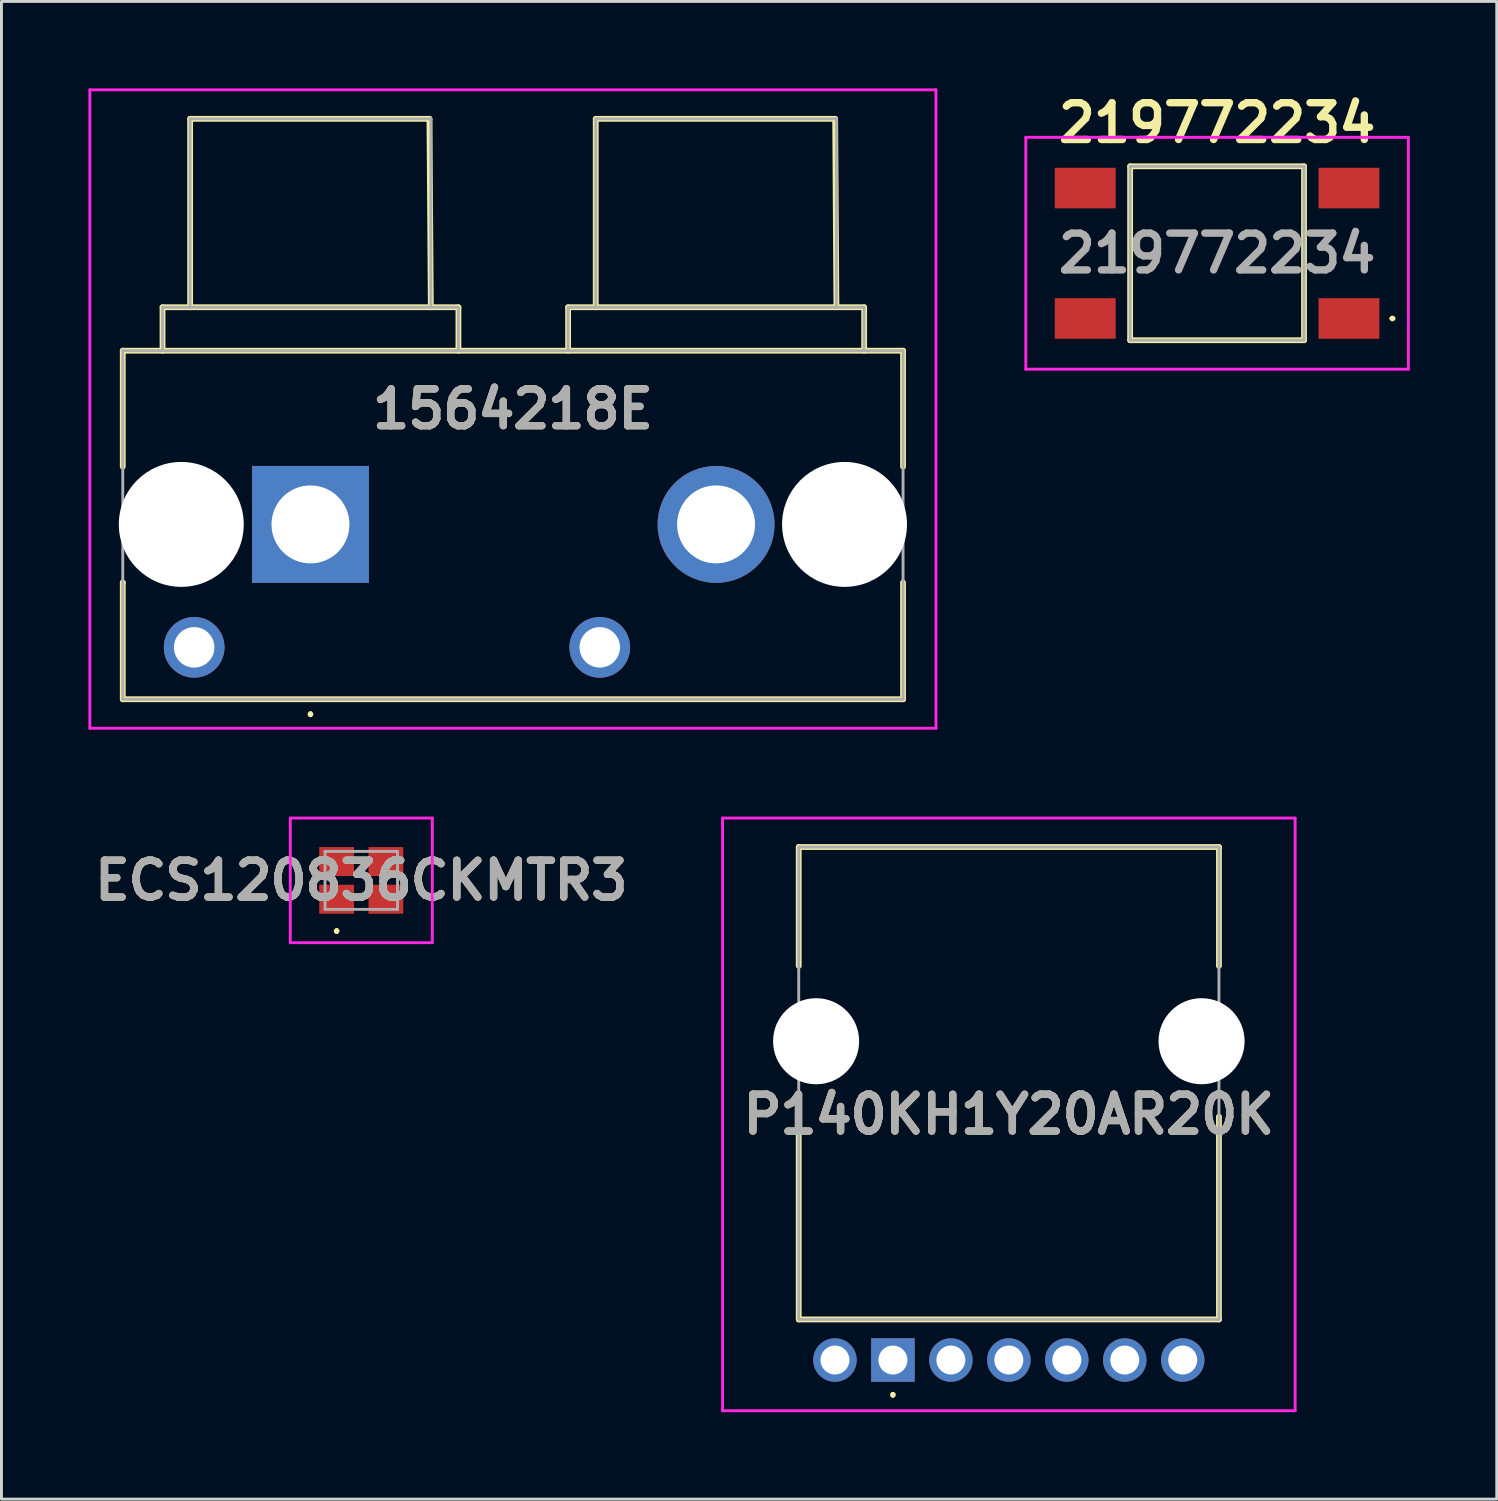
<source format=kicad_pcb>
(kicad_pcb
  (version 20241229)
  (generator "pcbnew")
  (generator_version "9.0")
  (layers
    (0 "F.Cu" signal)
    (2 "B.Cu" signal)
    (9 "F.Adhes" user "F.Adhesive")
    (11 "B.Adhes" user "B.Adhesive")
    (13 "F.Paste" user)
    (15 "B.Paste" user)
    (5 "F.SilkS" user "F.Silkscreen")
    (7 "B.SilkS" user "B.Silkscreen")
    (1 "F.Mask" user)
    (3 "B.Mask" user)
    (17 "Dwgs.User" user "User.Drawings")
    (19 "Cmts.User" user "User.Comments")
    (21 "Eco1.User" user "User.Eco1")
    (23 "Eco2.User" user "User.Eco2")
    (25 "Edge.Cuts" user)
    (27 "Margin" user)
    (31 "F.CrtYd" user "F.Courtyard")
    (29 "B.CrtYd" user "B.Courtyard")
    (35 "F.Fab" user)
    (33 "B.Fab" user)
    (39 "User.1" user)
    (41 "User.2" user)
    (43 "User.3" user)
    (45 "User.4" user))
  (footprint "219772234"
    (layer "F.Cu")
    (at 38.946 5.689)
    (property "Reference" "219772234" (at 0 -4.5 0) (layer "F.SilkS") (effects (font (size 1.27 1.27) (thickness 0.254))))
    (attr smd)
    (fp_line (start -3 -3) (end 3 -3) (stroke (width 0.2) (type solid)) (layer "F.SilkS"))
    (fp_line (start -3 3) (end -3 -3) (stroke (width 0.2) (type solid)) (layer "F.SilkS"))
    (fp_line (start 3 -3) (end 3 3) (stroke (width 0.2) (type solid)) (layer "F.SilkS"))
    (fp_line (start 3 3) (end -3 3) (stroke (width 0.2) (type solid)) (layer "F.SilkS"))
    (fp_line (start 6 2.25) (end 6 2.25) (stroke (width 0.1) (type solid)) (layer "F.SilkS"))
    (fp_line (start 6.1 2.25) (end 6.1 2.25) (stroke (width 0.1) (type solid)) (layer "F.SilkS"))
    (fp_arc (start 6 2.25) (mid 6.05 2.2) (end 6.1 2.25) (stroke (width 0.1) (type solid)) (layer "F.SilkS"))
    (fp_arc (start 6.1 2.25) (mid 6.05 2.3) (end 6 2.25) (stroke (width 0.1) (type solid)) (layer "F.SilkS"))
    (fp_line (start -6.6 -4) (end -6.6 4) (stroke (width 0.1) (type solid)) (layer "F.CrtYd"))
    (fp_line (start -6.6 4) (end 6.6 4) (stroke (width 0.1) (type solid)) (layer "F.CrtYd"))
    (fp_line (start 6.6 -4) (end -6.6 -4) (stroke (width 0.1) (type solid)) (layer "F.CrtYd"))
    (fp_line (start 6.6 4) (end 6.6 -4) (stroke (width 0.1) (type solid)) (layer "F.CrtYd"))
    (fp_line (start -3 -3) (end -3 3) (stroke (width 0.1) (type solid)) (layer "F.Fab"))
    (fp_line (start -3 3) (end 3 3) (stroke (width 0.1) (type solid)) (layer "F.Fab"))
    (fp_line (start 3 -3) (end -3 -3) (stroke (width 0.1) (type solid)) (layer "F.Fab"))
    (fp_line (start 3 3) (end 3 -3) (stroke (width 0.1) (type solid)) (layer "F.Fab"))
    (fp_text user "${REFERENCE}" (at 0 0 0) (layer "F.Fab") (effects (font (size 1.27 1.27) (thickness 0.254))))
    (pad "1" smd rect (at 4.55 2.25 90) (size 1.4 2.1) (layers "F.Cu" "F.Mask" "F.Paste"))
    (pad "2" smd rect (at -4.55 2.25 90) (size 1.4 2.1) (layers "F.Cu" "F.Mask" "F.Paste"))
    (pad "3" smd rect (at 4.55 -2.25 90) (size 1.4 2.1) (layers "F.Cu" "F.Mask" "F.Paste"))
    (pad "4" smd rect (at -4.55 -2.25 90) (size 1.4 2.1) (layers "F.Cu" "F.Mask" "F.Paste")))
  (footprint "P140KH1Y20AR20K"
    (layer "F.Cu")
    (at 27.76 43.878)
    (property "Reference" "P140KH1Y20AR20K" (at 4 -8.475 0) (layer "F.SilkS") (effects (font (size 1.27 1.27) (thickness 0.254))))
    (attr through_hole)
    (fp_line (start -3.25 -17.7) (end 11.25 -17.7) (stroke (width 0.2) (type solid)) (layer "F.SilkS"))
    (fp_line (start -3.25 -13.6) (end -3.25 -17.7) (stroke (width 0.2) (type solid)) (layer "F.SilkS"))
    (fp_line (start -3.25 -1.4) (end -3.25 -8.4) (stroke (width 0.2) (type solid)) (layer "F.SilkS"))
    (fp_line (start 0 1.15) (end 0 1.15) (stroke (width 0.1) (type solid)) (layer "F.SilkS"))
    (fp_line (start 0 1.25) (end 0 1.25) (stroke (width 0.1) (type solid)) (layer "F.SilkS"))
    (fp_line (start 11.25 -17.7) (end 11.25 -13.6) (stroke (width 0.2) (type solid)) (layer "F.SilkS"))
    (fp_line (start 11.25 -8.4) (end 11.25 -1.4) (stroke (width 0.2) (type solid)) (layer "F.SilkS"))
    (fp_line (start 11.25 -1.4) (end -3.25 -1.4) (stroke (width 0.2) (type solid)) (layer "F.SilkS"))
    (fp_arc (start 0 1.15) (mid 0.05 1.2) (end 0 1.25) (stroke (width 0.1) (type solid)) (layer "F.SilkS"))
    (fp_arc (start 0 1.25) (mid -0.05 1.2) (end 0 1.15) (stroke (width 0.1) (type solid)) (layer "F.SilkS"))
    (fp_line (start -5.878 -18.7) (end 13.878 -18.7) (stroke (width 0.1) (type solid)) (layer "F.CrtYd"))
    (fp_line (start -5.878 1.75) (end -5.878 -18.7) (stroke (width 0.1) (type solid)) (layer "F.CrtYd"))
    (fp_line (start 13.878 -18.7) (end 13.878 1.75) (stroke (width 0.1) (type solid)) (layer "F.CrtYd"))
    (fp_line (start 13.878 1.75) (end -5.878 1.75) (stroke (width 0.1) (type solid)) (layer "F.CrtYd"))
    (fp_line (start -3.25 -17.7) (end 11.25 -17.7) (stroke (width 0.1) (type solid)) (layer "F.Fab"))
    (fp_line (start -3.25 -1.4) (end -3.25 -17.7) (stroke (width 0.1) (type solid)) (layer "F.Fab"))
    (fp_line (start 11.25 -17.7) (end 11.25 -1.4) (stroke (width 0.1) (type solid)) (layer "F.Fab"))
    (fp_line (start 11.25 -1.4) (end -3.25 -1.4) (stroke (width 0.1) (type solid)) (layer "F.Fab"))
    (fp_text user "${REFERENCE}" (at 4 -8.475 0) (layer "F.Fab") (effects (font (size 1.27 1.27) (thickness 0.254))))
    (pad "" np_thru_hole circle (at -2.65 -11) (size 2.97 2.97) (drill 2.97) (layers "*.Cu" "*.Mask"))
    (pad "" np_thru_hole circle (at 10.65 -11) (size 2.97 2.97) (drill 2.97) (layers "*.Cu" "*.Mask"))
    (pad "D1" thru_hole circle (at 10 0) (size 1.5 1.5) (drill 1) (layers "*.Cu" "*.Mask"))
    (pad "R11" thru_hole rect (at 0 0) (size 1.5 1.5) (drill 1) (layers "*.Cu" "*.Mask"))
    (pad "R12" thru_hole circle (at 2 0) (size 1.5 1.5) (drill 1) (layers "*.Cu" "*.Mask"))
    (pad "R13" thru_hole circle (at 6 0) (size 1.5 1.5) (drill 1) (layers "*.Cu" "*.Mask"))
    (pad "R21" thru_hole circle (at -2 0) (size 1.5 1.5) (drill 1) (layers "*.Cu" "*.Mask"))
    (pad "R22" thru_hole circle (at 4 0) (size 1.5 1.5) (drill 1) (layers "*.Cu" "*.Mask"))
    (pad "R23" thru_hole circle (at 8 0) (size 1.5 1.5) (drill 1) (layers "*.Cu" "*.Mask")))
  (footprint "1564218E"
    (layer "F.Cu")
    (at 7.663 15.045)
    (property "Reference" "1564218E" (at 6.985 -3.981 0) (layer "F.SilkS") (effects (font (size 1.27 1.27) (thickness 0.254))))
    (attr through_hole)
    (fp_line (start -6.477 -5.994) (end 20.447 -5.994) (stroke (width 0.2) (type solid)) (layer "F.SilkS"))
    (fp_line (start -6.477 -1.994) (end -6.477 -5.994) (stroke (width 0.2) (type solid)) (layer "F.SilkS"))
    (fp_line (start -6.477 2.006) (end -6.477 2.006) (stroke (width 0.2) (type solid)) (layer "F.SilkS"))
    (fp_line (start -6.477 2.006) (end -6.477 6.033) (stroke (width 0.2) (type solid)) (layer "F.SilkS"))
    (fp_line (start -6.477 6.033) (end 20.447 6.033) (stroke (width 0.2) (type solid)) (layer "F.SilkS"))
    (fp_line (start -5.105 -7.493) (end 5.105 -7.493) (stroke (width 0.2) (type solid)) (layer "F.SilkS"))
    (fp_line (start -5.105 -5.994) (end -5.105 -7.493) (stroke (width 0.2) (type solid)) (layer "F.SilkS"))
    (fp_line (start -4.153 -13.995) (end 4.105 -13.994) (stroke (width 0.2) (type solid)) (layer "F.SilkS"))
    (fp_line (start -4.153 -7.493) (end -4.153 -13.995) (stroke (width 0.2) (type solid)) (layer "F.SilkS"))
    (fp_line (start 0 6.5) (end 0 6.5) (stroke (width 0.1) (type solid)) (layer "F.SilkS"))
    (fp_line (start 0 6.6) (end 0 6.6) (stroke (width 0.1) (type solid)) (layer "F.SilkS"))
    (fp_line (start 4.105 -13.994) (end 4.153 -7.493) (stroke (width 0.2) (type solid)) (layer "F.SilkS"))
    (fp_line (start 5.105 -7.493) (end 5.105 -5.994) (stroke (width 0.2) (type solid)) (layer "F.SilkS"))
    (fp_line (start 8.89 -7.493) (end 19.105 -7.493) (stroke (width 0.2) (type solid)) (layer "F.SilkS"))
    (fp_line (start 8.89 -5.994) (end 8.89 -7.493) (stroke (width 0.2) (type solid)) (layer "F.SilkS"))
    (fp_line (start 9.843 -13.994) (end 18.105 -13.994) (stroke (width 0.2) (type solid)) (layer "F.SilkS"))
    (fp_line (start 9.843 -7.493) (end 9.843 -13.994) (stroke (width 0.2) (type solid)) (layer "F.SilkS"))
    (fp_line (start 18.105 -13.994) (end 18.148 -7.493) (stroke (width 0.2) (type solid)) (layer "F.SilkS"))
    (fp_line (start 19.105 -7.493) (end 19.105 -5.994) (stroke (width 0.2) (type solid)) (layer "F.SilkS"))
    (fp_line (start 20.447 -5.994) (end 20.447 -1.994) (stroke (width 0.2) (type solid)) (layer "F.SilkS"))
    (fp_line (start 20.447 6.033) (end 20.447 2.006) (stroke (width 0.2) (type solid)) (layer "F.SilkS"))
    (fp_arc (start 0 6.5) (mid 0.05 6.55) (end 0 6.6) (stroke (width 0.1) (type solid)) (layer "F.SilkS"))
    (fp_arc (start 0 6.6) (mid -0.05 6.55) (end 0 6.5) (stroke (width 0.1) (type solid)) (layer "F.SilkS"))
    (fp_line (start -7.613 -14.995) (end 21.583 -14.995) (stroke (width 0.1) (type solid)) (layer "F.CrtYd"))
    (fp_line (start -7.613 7.033) (end -7.613 -14.995) (stroke (width 0.1) (type solid)) (layer "F.CrtYd"))
    (fp_line (start 21.583 -14.995) (end 21.583 7.033) (stroke (width 0.1) (type solid)) (layer "F.CrtYd"))
    (fp_line (start 21.583 7.033) (end -7.613 7.033) (stroke (width 0.1) (type solid)) (layer "F.CrtYd"))
    (fp_line (start -6.477 -5.994) (end 20.447 -5.994) (stroke (width 0.1) (type solid)) (layer "F.Fab"))
    (fp_line (start -6.477 6.033) (end -6.477 -5.994) (stroke (width 0.1) (type solid)) (layer "F.Fab"))
    (fp_line (start -5.105 -7.493) (end 5.105 -7.493) (stroke (width 0.1) (type solid)) (layer "F.Fab"))
    (fp_line (start -5.105 -5.994) (end -5.105 -7.493) (stroke (width 0.1) (type solid)) (layer "F.Fab"))
    (fp_line (start -4.153 -13.995) (end 4.153 -13.995) (stroke (width 0.1) (type solid)) (layer "F.Fab"))
    (fp_line (start -4.153 -7.493) (end -4.153 -13.995) (stroke (width 0.1) (type solid)) (layer "F.Fab"))
    (fp_line (start 4.153 -13.995) (end 4.153 -7.493) (stroke (width 0.1) (type solid)) (layer "F.Fab"))
    (fp_line (start 5.105 -7.493) (end 5.105 -5.994) (stroke (width 0.1) (type solid)) (layer "F.Fab"))
    (fp_line (start 8.89 -7.493) (end 19.101 -7.493) (stroke (width 0.1) (type solid)) (layer "F.Fab"))
    (fp_line (start 8.89 -5.994) (end 8.89 -7.493) (stroke (width 0.1) (type solid)) (layer "F.Fab"))
    (fp_line (start 9.843 -13.995) (end 18.148 -13.995) (stroke (width 0.1) (type solid)) (layer "F.Fab"))
    (fp_line (start 9.843 -7.493) (end 9.843 -13.995) (stroke (width 0.1) (type solid)) (layer "F.Fab"))
    (fp_line (start 18.148 -13.995) (end 18.148 -7.493) (stroke (width 0.1) (type solid)) (layer "F.Fab"))
    (fp_line (start 19.101 -7.493) (end 19.101 -5.994) (stroke (width 0.1) (type solid)) (layer "F.Fab"))
    (fp_line (start 20.447 -5.994) (end 20.447 6.033) (stroke (width 0.1) (type solid)) (layer "F.Fab"))
    (fp_line (start 20.447 6.033) (end -6.477 6.033) (stroke (width 0.1) (type solid)) (layer "F.Fab"))
    (fp_text user "${REFERENCE}" (at 6.985 -3.981 0) (layer "F.Fab") (effects (font (size 1.27 1.27) (thickness 0.254))))
    (pad "" np_thru_hole circle (at -4.458 0) (size 4.31 4.31) (drill 4.31) (layers "*.Cu" "*.Mask"))
    (pad "" np_thru_hole circle (at 18.428 0) (size 4.31 4.31) (drill 4.31) (layers "*.Cu" "*.Mask"))
    (pad "1" thru_hole rect (at 0 0) (size 4.035 4.035) (drill 2.69) (layers "*.Cu" "*.Mask"))
    (pad "2" thru_hole circle (at -4.013 4.242) (size 2.095 2.095) (drill 1.397) (layers "*.Cu" "*.Mask"))
    (pad "3" thru_hole circle (at 13.995 0) (size 4.035 4.035) (drill 2.69) (layers "*.Cu" "*.Mask"))
    (pad "4" thru_hole circle (at 9.982 4.242) (size 2.095 2.095) (drill 1.397) (layers "*.Cu" "*.Mask")))
  (footprint "ECS120836CKMTR3"
    (layer "F.Cu")
    (at 9.416 27.328)
    (property "Reference" "ECS120836CKMTR3" (at 0 0 0) (layer "F.SilkS") (effects (font (size 1.27 1.27) (thickness 0.254))))
    (attr smd)
    (fp_line (start -0.85 1.7) (end -0.85 1.7) (stroke (width 0.1) (type solid)) (layer "F.SilkS"))
    (fp_line (start -0.85 1.8) (end -0.85 1.8) (stroke (width 0.1) (type solid)) (layer "F.SilkS"))
    (fp_arc (start -0.85 1.7) (mid -0.8 1.75) (end -0.85 1.8) (stroke (width 0.1) (type solid)) (layer "F.SilkS"))
    (fp_arc (start -0.85 1.8) (mid -0.9 1.75) (end -0.85 1.7) (stroke (width 0.1) (type solid)) (layer "F.SilkS"))
    (fp_line (start -2.45 -2.15) (end 2.45 -2.15) (stroke (width 0.1) (type solid)) (layer "F.CrtYd"))
    (fp_line (start -2.45 2.15) (end -2.45 -2.15) (stroke (width 0.1) (type solid)) (layer "F.CrtYd"))
    (fp_line (start 2.45 -2.15) (end 2.45 2.15) (stroke (width 0.1) (type solid)) (layer "F.CrtYd"))
    (fp_line (start 2.45 2.15) (end -2.45 2.15) (stroke (width 0.1) (type solid)) (layer "F.CrtYd"))
    (fp_line (start -1.25 -1) (end -1.25 1) (stroke (width 0.1) (type solid)) (layer "F.Fab"))
    (fp_line (start -1.25 1) (end 1.25 1) (stroke (width 0.1) (type solid)) (layer "F.Fab"))
    (fp_line (start 1.25 -1) (end -1.25 -1) (stroke (width 0.1) (type solid)) (layer "F.Fab"))
    (fp_line (start 1.25 1) (end 1.25 -1) (stroke (width 0.1) (type solid)) (layer "F.Fab"))
    (fp_text user "${REFERENCE}" (at 0 0 0) (layer "F.Fab") (effects (font (size 1.27 1.27) (thickness 0.254))))
    (pad "1" smd rect (at -0.85 0.65 90) (size 1 1.2) (layers "F.Cu" "F.Mask" "F.Paste"))
    (pad "2" smd rect (at 0.85 0.65 90) (size 1 1.2) (layers "F.Cu" "F.Mask" "F.Paste"))
    (pad "3" smd rect (at 0.85 -0.65 90) (size 1 1.2) (layers "F.Cu" "F.Mask" "F.Paste"))
    (pad "4" smd rect (at -0.85 -0.65 90) (size 1 1.2) (layers "F.Cu" "F.Mask" "F.Paste")))
  (gr_rect
    (start -3 -3)
    (end 48.596 48.678)
    (stroke (width 0.1) (type default))
    (fill no)
    (layer "Edge.Cuts")))
</source>
